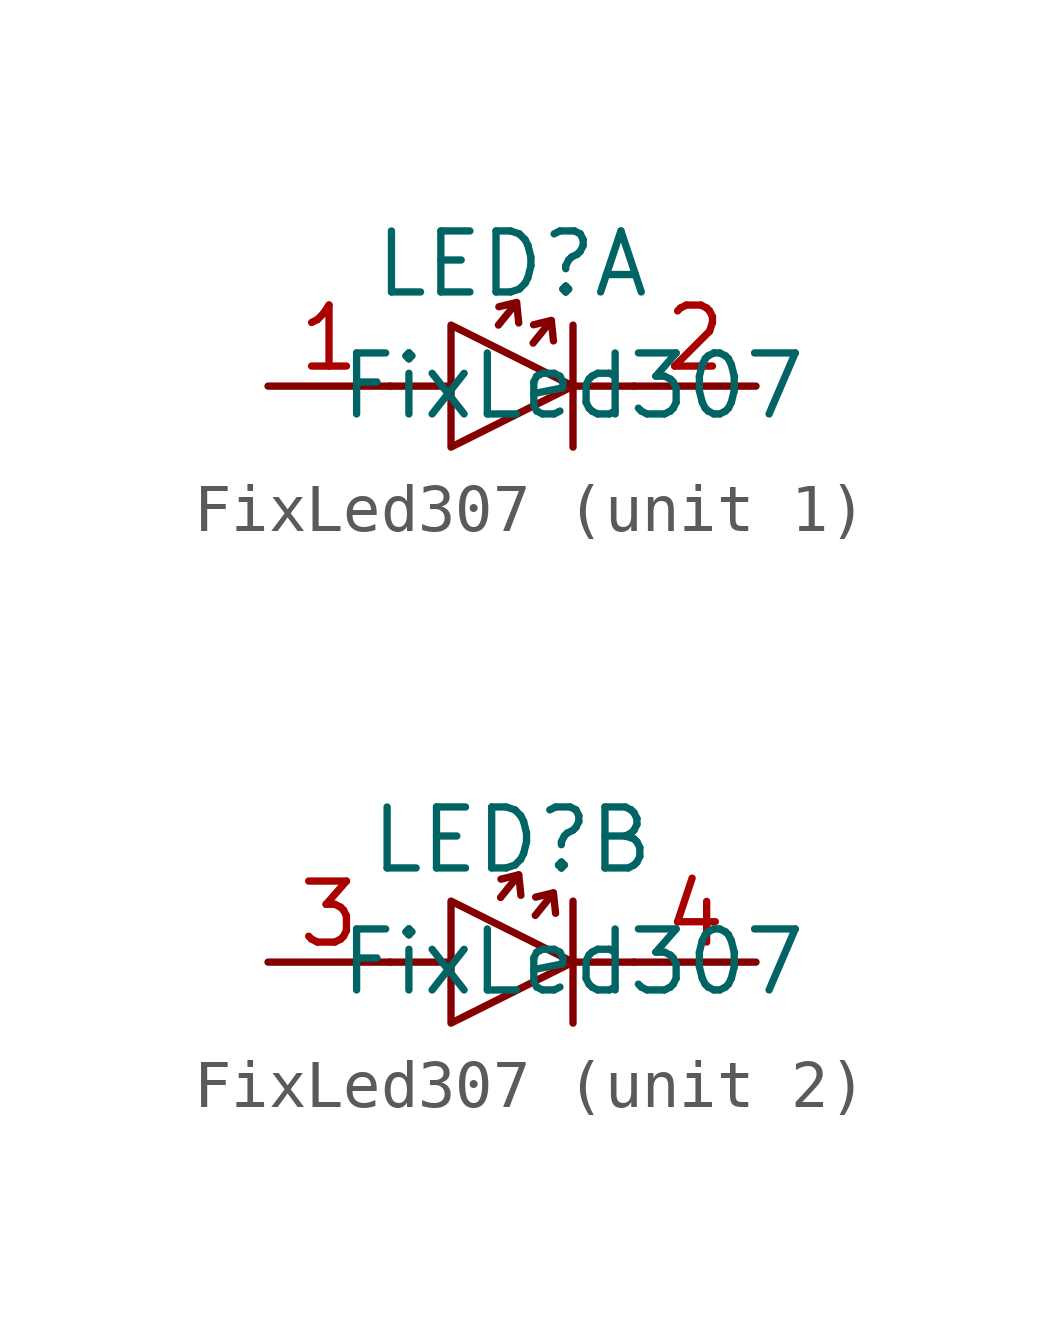
<source format=kicad_sym>
(kicad_symbol_lib
  (version 20231120)
  (generator "kicad_symbol_editor")
  (generator_version "8.0")
  (symbol "FixLed307"
    (property "Reference" "LED"
      (at 0 2.54 0)
      (effects (font (size 1.27 1.27))))
    (property "Value" "FixLed307"
      (at 1.27 0 0)
      (effects (font (size 1.27 1.27))))
    (property "ki_locked" ""
      (at 0 0 0)
      (effects (font (size 1.27 1.27))))
    (symbol "FixLed307_1_1"
      (polyline (pts (xy -1.27 0) (xy -2.54 0)) (stroke (width 0) (type default)) (fill (type none)))
      (polyline (pts (xy 0.095 1.741) (xy -0.274 1.652)) (stroke (width 0) (type default)) (fill (type none)))
      (polyline (pts (xy 0.817 1.367) (xy 0.448 1.277)) (stroke (width 0) (type default)) (fill (type none)))
      (polyline (pts (xy 1.27 1.27) (xy 1.27 -1.27)) (stroke (width 0) (type default)) (fill (type none)))
      (polyline (pts (xy 2.54 0) (xy 1.27 0)) (stroke (width 0) (type default)) (fill (type none)))
      (polyline (pts (xy -0.283 1.271) (xy 0.096 1.74) (xy 0.14 1.315)) (stroke (width 0) (type default)) (fill (type none)))
      (polyline (pts (xy 0.439 0.896) (xy 0.818 1.366) (xy 0.863 0.941)) (stroke (width 0) (type default)) (fill (type none)))
      (polyline (pts (xy -1.27 1.27) (xy -1.27 -1.27) (xy 1.27 0) (xy -1.27 1.27)) (stroke (width 0) (type default)) (fill (type none)))
      (pin input line (at -5.08 0 0) (length 2.54) (name "" (effects (font (size 1.27 1.27)))) (number "1" (effects (font (size 1.27 1.27)))))
      (pin input line (at 5.08 0 180) (length 2.54) (name "" (effects (font (size 1.27 1.27)))) (number "2" (effects (font (size 1.27 1.27))))))
    (symbol "FixLed307_2_1"
      (polyline (pts (xy -1.27 0) (xy -2.54 0)) (stroke (width 0) (type default)) (fill (type none)))
      (polyline (pts (xy 0.139 1.817) (xy -0.23 1.727)) (stroke (width 0) (type default)) (fill (type none)))
      (polyline (pts (xy 0.861 1.442) (xy 0.492 1.353)) (stroke (width 0) (type default)) (fill (type none)))
      (polyline (pts (xy 1.27 1.27) (xy 1.27 -1.27)) (stroke (width 0) (type default)) (fill (type none)))
      (polyline (pts (xy 2.54 0) (xy 1.27 0)) (stroke (width 0) (type default)) (fill (type none)))
      (polyline (pts (xy -0.238 1.346) (xy 0.14 1.816) (xy 0.185 1.391)) (stroke (width 0) (type default)) (fill (type none)))
      (polyline (pts (xy 0.484 0.972) (xy 0.862 1.441) (xy 0.907 1.016)) (stroke (width 0) (type default)) (fill (type none)))
      (polyline (pts (xy -1.27 1.27) (xy -1.27 -1.27) (xy 1.27 0) (xy -1.27 1.27)) (stroke (width 0) (type default)) (fill (type none)))
      (pin input line (at -5.08 0 0) (length 2.54) (name "" (effects (font (size 1.27 1.27)))) (number "3" (effects (font (size 1.27 1.27)))))
      (pin input line (at 5.08 0 180) (length 2.54) (name "" (effects (font (size 1.27 1.27)))) (number "4" (effects (font (size 1.27 1.27))))))))
</source>
